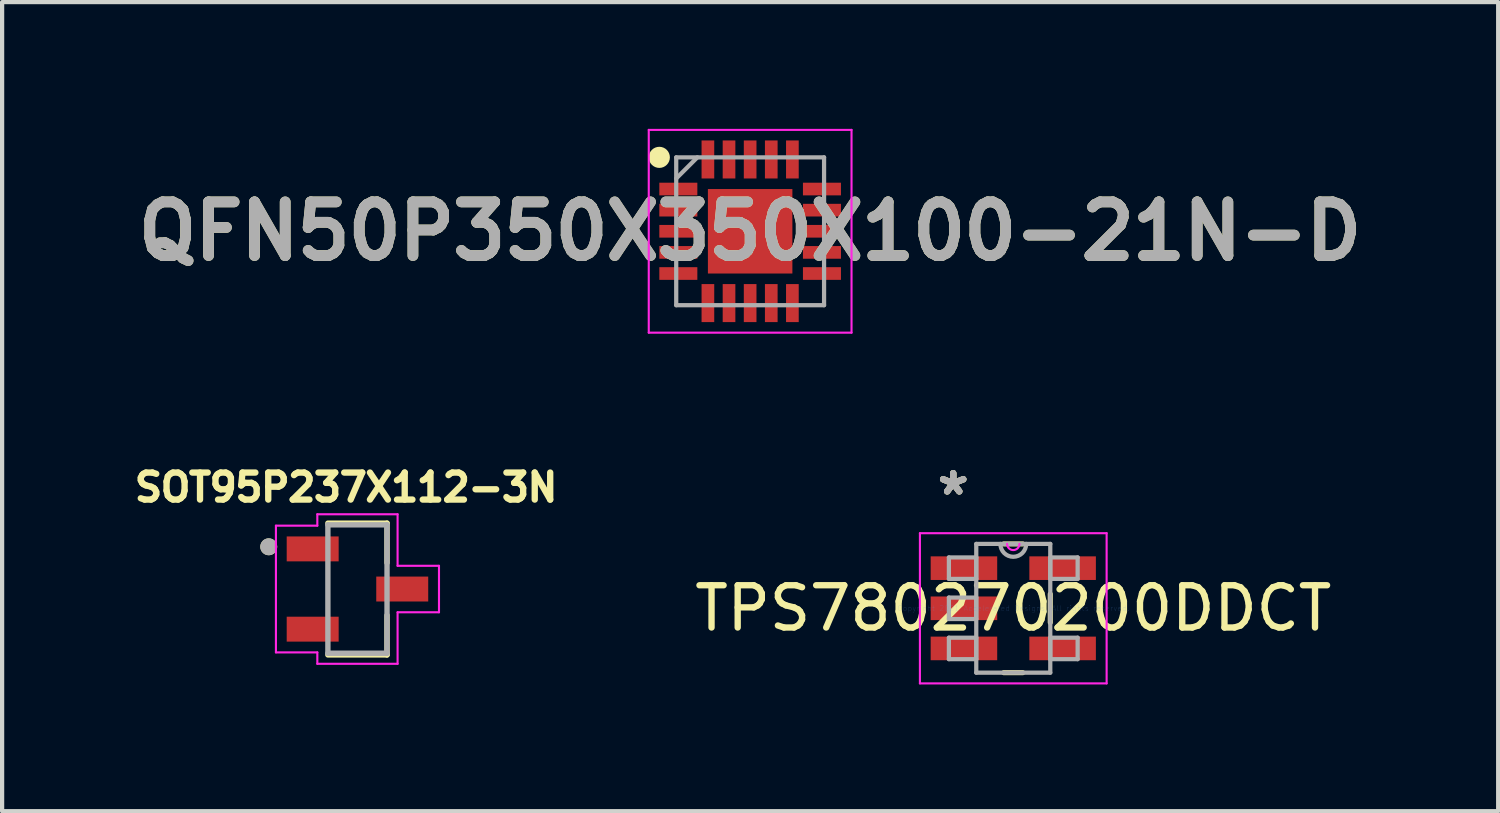
<source format=kicad_pcb>
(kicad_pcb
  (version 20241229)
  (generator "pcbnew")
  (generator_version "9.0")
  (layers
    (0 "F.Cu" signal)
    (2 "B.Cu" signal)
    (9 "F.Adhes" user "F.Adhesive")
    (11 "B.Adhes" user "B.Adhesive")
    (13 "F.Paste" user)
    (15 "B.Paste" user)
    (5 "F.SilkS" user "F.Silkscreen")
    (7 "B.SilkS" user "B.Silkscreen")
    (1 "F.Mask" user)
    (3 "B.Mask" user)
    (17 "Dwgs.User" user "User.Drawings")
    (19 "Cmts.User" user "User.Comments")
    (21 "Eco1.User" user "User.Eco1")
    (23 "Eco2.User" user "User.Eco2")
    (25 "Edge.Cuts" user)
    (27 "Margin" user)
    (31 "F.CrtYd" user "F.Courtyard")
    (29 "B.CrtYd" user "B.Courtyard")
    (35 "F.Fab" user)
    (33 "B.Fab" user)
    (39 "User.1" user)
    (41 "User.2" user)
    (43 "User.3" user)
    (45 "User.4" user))
  (footprint "TPS780270200DDCT"
    (layer "F.Cu")
    (at 20.937 11.35)
    (property "Reference" "TPS780270200DDCT" (at 0 0 0) (layer "F.SilkS") (effects (font (size 1 1) (thickness 0.15))))
    (attr through_hole)
    (fp_line (start -0.226 1.524) (end 0.226 1.524) (stroke (width 0.12) (type solid)) (layer "F.SilkS"))
    (fp_line (start 0.226 -1.524) (end -0.226 -1.524) (stroke (width 0.12) (type solid)) (layer "F.SilkS"))
    (fp_line (start 0.876 0.338) (end 0.876 -0.338) (stroke (width 0.12) (type solid)) (layer "F.SilkS"))
    (fp_line (start -2.21 -1.778) (end 2.21 -1.778) (stroke (width 0.05) (type solid)) (layer "F.CrtYd"))
    (fp_line (start -2.21 1.778) (end -2.21 -1.778) (stroke (width 0.05) (type solid)) (layer "F.CrtYd"))
    (fp_line (start 2.21 -1.778) (end 2.21 1.778) (stroke (width 0.05) (type solid)) (layer "F.CrtYd"))
    (fp_line (start 2.21 1.778) (end -2.21 1.778) (stroke (width 0.05) (type solid)) (layer "F.CrtYd"))
    (fp_arc (start 0.14605 -1.524) (mid 0 -1.37795) (end -0.14605 -1.524) (stroke (width 0.05) (type solid)) (layer "F.CrtYd"))
    (fp_line (start -1.524 -1.204) (end -1.524 -0.696) (stroke (width 0.1) (type solid)) (layer "F.Fab"))
    (fp_line (start -1.524 -0.696) (end -0.876 -0.696) (stroke (width 0.1) (type solid)) (layer "F.Fab"))
    (fp_line (start -1.524 -0.254) (end -1.524 0.254) (stroke (width 0.1) (type solid)) (layer "F.Fab"))
    (fp_line (start -1.524 0.254) (end -0.876 0.254) (stroke (width 0.1) (type solid)) (layer "F.Fab"))
    (fp_line (start -1.524 0.696) (end -1.524 1.204) (stroke (width 0.1) (type solid)) (layer "F.Fab"))
    (fp_line (start -1.524 1.204) (end -0.876 1.204) (stroke (width 0.1) (type solid)) (layer "F.Fab"))
    (fp_line (start -0.876 -1.524) (end -0.876 1.524) (stroke (width 0.1) (type solid)) (layer "F.Fab"))
    (fp_line (start -0.876 -1.204) (end -1.524 -1.204) (stroke (width 0.1) (type solid)) (layer "F.Fab"))
    (fp_line (start -0.876 -0.696) (end -0.876 -1.204) (stroke (width 0.1) (type solid)) (layer "F.Fab"))
    (fp_line (start -0.876 -0.254) (end -1.524 -0.254) (stroke (width 0.1) (type solid)) (layer "F.Fab"))
    (fp_line (start -0.876 0.254) (end -0.876 -0.254) (stroke (width 0.1) (type solid)) (layer "F.Fab"))
    (fp_line (start -0.876 0.696) (end -1.524 0.696) (stroke (width 0.1) (type solid)) (layer "F.Fab"))
    (fp_line (start -0.876 1.204) (end -0.876 0.696) (stroke (width 0.1) (type solid)) (layer "F.Fab"))
    (fp_line (start -0.876 1.524) (end 0.876 1.524) (stroke (width 0.1) (type solid)) (layer "F.Fab"))
    (fp_line (start 0.876 -1.524) (end -0.876 -1.524) (stroke (width 0.1) (type solid)) (layer "F.Fab"))
    (fp_line (start 0.876 -1.204) (end 0.876 -0.696) (stroke (width 0.1) (type solid)) (layer "F.Fab"))
    (fp_line (start 0.876 -0.696) (end 1.524 -0.696) (stroke (width 0.1) (type solid)) (layer "F.Fab"))
    (fp_line (start 0.876 0.696) (end 0.876 1.204) (stroke (width 0.1) (type solid)) (layer "F.Fab"))
    (fp_line (start 0.876 1.204) (end 1.524 1.204) (stroke (width 0.1) (type solid)) (layer "F.Fab"))
    (fp_line (start 0.876 1.524) (end 0.876 -1.524) (stroke (width 0.1) (type solid)) (layer "F.Fab"))
    (fp_line (start 1.524 -1.204) (end 0.876 -1.204) (stroke (width 0.1) (type solid)) (layer "F.Fab"))
    (fp_line (start 1.524 -0.696) (end 1.524 -1.204) (stroke (width 0.1) (type solid)) (layer "F.Fab"))
    (fp_line (start 1.524 0.696) (end 0.876 0.696) (stroke (width 0.1) (type solid)) (layer "F.Fab"))
    (fp_line (start 1.524 1.204) (end 1.524 0.696) (stroke (width 0.1) (type solid)) (layer "F.Fab"))
    (fp_arc (start 0.3048 -1.524) (mid 0 -1.2192) (end -0.3048 -1.524) (stroke (width 0.1) (type solid)) (layer "F.Fab"))
    (fp_text user "*" (at -1.422 -2.652 0) (layer "F.SilkS") (effects (font (size 1 1) (thickness 0.15))))
    (fp_text user "*" (at -1.422 -2.652 0) (layer "F.SilkS") (effects (font (size 1 1) (thickness 0.15))))
    (fp_text user "Copyright 2021 Accelerated Designs. All rights reserved." (at 0 0 0) (layer "Cmts.User") (effects (font (size 0.127 0.127) (thickness 0.002))))
    (fp_text user "*" (at -1.422 -2.652 0) (layer "F.Fab") (effects (font (size 1 1) (thickness 0.15))))
    (fp_text user "*" (at -1.422 -2.652 0) (layer "F.Fab") (effects (font (size 1 1) (thickness 0.15))))
    (pad "1" smd rect (at -1.168 -0.95) (size 1.575 0.559) (layers "F.Cu" "F.Mask" "F.Paste"))
    (pad "2" smd rect (at -1.168 0) (size 1.575 0.559) (layers "F.Cu" "F.Mask" "F.Paste"))
    (pad "3" smd rect (at -1.168 0.95) (size 1.575 0.559) (layers "F.Cu" "F.Mask" "F.Paste"))
    (pad "4" smd rect (at 1.168 0.95) (size 1.575 0.559) (layers "F.Cu" "F.Mask" "F.Paste"))
    (pad "5" smd rect (at 1.168 -0.95) (size 1.575 0.559) (layers "F.Cu" "F.Mask" "F.Paste")))
  (footprint "QFN50P350X350X100-21N-D"
    (layer "F.Cu")
    (at 14.708 2.425)
    (property "Reference" "QFN50P350X350X100-21N-D" (at 0 0 0) (layer "F.SilkS") (effects (font (size 1.27 1.27) (thickness 0.254))))
    (attr smd)
    (fp_circle (center -2.15 -1.75) (end -2.15 -1.625) (stroke (width 0.25) (type solid)) (fill no) (layer "F.SilkS"))
    (fp_line (start -2.4 -2.4) (end 2.4 -2.4) (stroke (width 0.05) (type solid)) (layer "F.CrtYd"))
    (fp_line (start -2.4 2.4) (end -2.4 -2.4) (stroke (width 0.05) (type solid)) (layer "F.CrtYd"))
    (fp_line (start 2.4 -2.4) (end 2.4 2.4) (stroke (width 0.05) (type solid)) (layer "F.CrtYd"))
    (fp_line (start 2.4 2.4) (end -2.4 2.4) (stroke (width 0.05) (type solid)) (layer "F.CrtYd"))
    (fp_line (start -1.75 -1.75) (end 1.75 -1.75) (stroke (width 0.1) (type solid)) (layer "F.Fab"))
    (fp_line (start -1.75 -1.25) (end -1.25 -1.75) (stroke (width 0.1) (type solid)) (layer "F.Fab"))
    (fp_line (start -1.75 1.75) (end -1.75 -1.75) (stroke (width 0.1) (type solid)) (layer "F.Fab"))
    (fp_line (start 1.75 -1.75) (end 1.75 1.75) (stroke (width 0.1) (type solid)) (layer "F.Fab"))
    (fp_line (start 1.75 1.75) (end -1.75 1.75) (stroke (width 0.1) (type solid)) (layer "F.Fab"))
    (fp_text user "${REFERENCE}" (at 0 0 0) (layer "F.Fab") (effects (font (size 1.27 1.27) (thickness 0.254))))
    (pad "1" smd rect (at -1.7 -1 90) (size 0.3 0.9) (layers "F.Cu" "F.Mask" "F.Paste"))
    (pad "2" smd rect (at -1.7 -0.5 90) (size 0.3 0.9) (layers "F.Cu" "F.Mask" "F.Paste"))
    (pad "3" smd rect (at -1.7 0 90) (size 0.3 0.9) (layers "F.Cu" "F.Mask" "F.Paste"))
    (pad "4" smd rect (at -1.7 0.5 90) (size 0.3 0.9) (layers "F.Cu" "F.Mask" "F.Paste"))
    (pad "5" smd rect (at -1.7 1 90) (size 0.3 0.9) (layers "F.Cu" "F.Mask" "F.Paste"))
    (pad "6" smd rect (at -1 1.7) (size 0.3 0.9) (layers "F.Cu" "F.Mask" "F.Paste"))
    (pad "7" smd rect (at -0.5 1.7) (size 0.3 0.9) (layers "F.Cu" "F.Mask" "F.Paste"))
    (pad "8" smd rect (at 0 1.7) (size 0.3 0.9) (layers "F.Cu" "F.Mask" "F.Paste"))
    (pad "9" smd rect (at 0.5 1.7) (size 0.3 0.9) (layers "F.Cu" "F.Mask" "F.Paste"))
    (pad "10" smd rect (at 1 1.7) (size 0.3 0.9) (layers "F.Cu" "F.Mask" "F.Paste"))
    (pad "11" smd rect (at 1.7 1 90) (size 0.3 0.9) (layers "F.Cu" "F.Mask" "F.Paste"))
    (pad "12" smd rect (at 1.7 0.5 90) (size 0.3 0.9) (layers "F.Cu" "F.Mask" "F.Paste"))
    (pad "13" smd rect (at 1.7 0 90) (size 0.3 0.9) (layers "F.Cu" "F.Mask" "F.Paste"))
    (pad "14" smd rect (at 1.7 -0.5 90) (size 0.3 0.9) (layers "F.Cu" "F.Mask" "F.Paste"))
    (pad "15" smd rect (at 1.7 -1 90) (size 0.3 0.9) (layers "F.Cu" "F.Mask" "F.Paste"))
    (pad "16" smd rect (at 1 -1.7) (size 0.3 0.9) (layers "F.Cu" "F.Mask" "F.Paste"))
    (pad "17" smd rect (at 0.5 -1.7) (size 0.3 0.9) (layers "F.Cu" "F.Mask" "F.Paste"))
    (pad "18" smd rect (at 0 -1.7) (size 0.3 0.9) (layers "F.Cu" "F.Mask" "F.Paste"))
    (pad "19" smd rect (at -0.5 -1.7) (size 0.3 0.9) (layers "F.Cu" "F.Mask" "F.Paste"))
    (pad "20" smd rect (at -1 -1.7) (size 0.3 0.9) (layers "F.Cu" "F.Mask" "F.Paste"))
    (pad "21" smd rect (at 0 0) (size 2 2) (layers "F.Cu" "F.Mask" "F.Paste")))
  (footprint "SOT95P237X112-3N"
    (layer "F.Cu")
    (at 5.412 10.894)
    (property "Reference" "SOT95P237X112-3N" (at -0.268 -2.406 0) (layer "F.SilkS") (effects (font (size 0.64 0.64) (thickness 0.15))))
    (attr through_hole)
    (fp_line (start -0.7 -1.56) (end 0.7 -1.56) (stroke (width 0.127) (type solid)) (layer "F.SilkS"))
    (fp_line (start -0.7 1.56) (end 0.7 1.56) (stroke (width 0.127) (type solid)) (layer "F.SilkS"))
    (fp_line (start 0.7 -1.56) (end 0.7 -0.62) (stroke (width 0.127) (type solid)) (layer "F.SilkS"))
    (fp_line (start 0.7 0.62) (end 0.7 1.56) (stroke (width 0.127) (type solid)) (layer "F.SilkS"))
    (fp_circle (center -2.1 -1) (end -2 -1) (stroke (width 0.2) (type solid)) (fill no) (layer "F.SilkS"))
    (fp_line (start -1.93 -1.5) (end -1.93 1.5) (stroke (width 0.05) (type solid)) (layer "F.CrtYd"))
    (fp_line (start -1.93 1.5) (end -0.95 1.5) (stroke (width 0.05) (type solid)) (layer "F.CrtYd"))
    (fp_line (start -0.95 -1.77) (end -0.95 -1.5) (stroke (width 0.05) (type solid)) (layer "F.CrtYd"))
    (fp_line (start -0.95 -1.77) (end 0.95 -1.77) (stroke (width 0.05) (type solid)) (layer "F.CrtYd"))
    (fp_line (start -0.95 -1.5) (end -1.93 -1.5) (stroke (width 0.05) (type solid)) (layer "F.CrtYd"))
    (fp_line (start -0.95 1.5) (end -0.95 1.77) (stroke (width 0.05) (type solid)) (layer "F.CrtYd"))
    (fp_line (start -0.95 1.77) (end 0.95 1.77) (stroke (width 0.05) (type solid)) (layer "F.CrtYd"))
    (fp_line (start 0.95 -1.77) (end 0.95 -0.55) (stroke (width 0.05) (type solid)) (layer "F.CrtYd"))
    (fp_line (start 0.95 -0.55) (end 1.93 -0.55) (stroke (width 0.05) (type solid)) (layer "F.CrtYd"))
    (fp_line (start 0.95 0.55) (end 0.95 1.77) (stroke (width 0.05) (type solid)) (layer "F.CrtYd"))
    (fp_line (start 1.93 -0.55) (end 1.93 0.55) (stroke (width 0.05) (type solid)) (layer "F.CrtYd"))
    (fp_line (start 1.93 0.55) (end 0.95 0.55) (stroke (width 0.05) (type solid)) (layer "F.CrtYd"))
    (fp_line (start -0.7 -1.52) (end 0.7 -1.52) (stroke (width 0.127) (type solid)) (layer "F.Fab"))
    (fp_line (start -0.7 1.52) (end -0.7 -1.52) (stroke (width 0.127) (type solid)) (layer "F.Fab"))
    (fp_line (start 0.7 -1.52) (end 0.7 1.52) (stroke (width 0.127) (type solid)) (layer "F.Fab"))
    (fp_line (start 0.7 1.52) (end -0.7 1.52) (stroke (width 0.127) (type solid)) (layer "F.Fab"))
    (fp_circle (center -2.1 -1) (end -2 -1) (stroke (width 0.2) (type solid)) (fill no) (layer "F.Fab"))
    (pad "1" smd rect (at -1.06 -0.95) (size 1.23 0.59) (layers "F.Cu" "F.Mask" "F.Paste"))
    (pad "2" smd rect (at -1.06 0.95) (size 1.23 0.59) (layers "F.Cu" "F.Mask" "F.Paste"))
    (pad "3" smd rect (at 1.06 0) (size 1.23 0.59) (layers "F.Cu" "F.Mask" "F.Paste")))
  (gr_rect
    (start -3 -3)
    (end 32.416 16.153)
    (stroke (width 0.1) (type default))
    (fill no)
    (layer "Edge.Cuts")))
</source>
